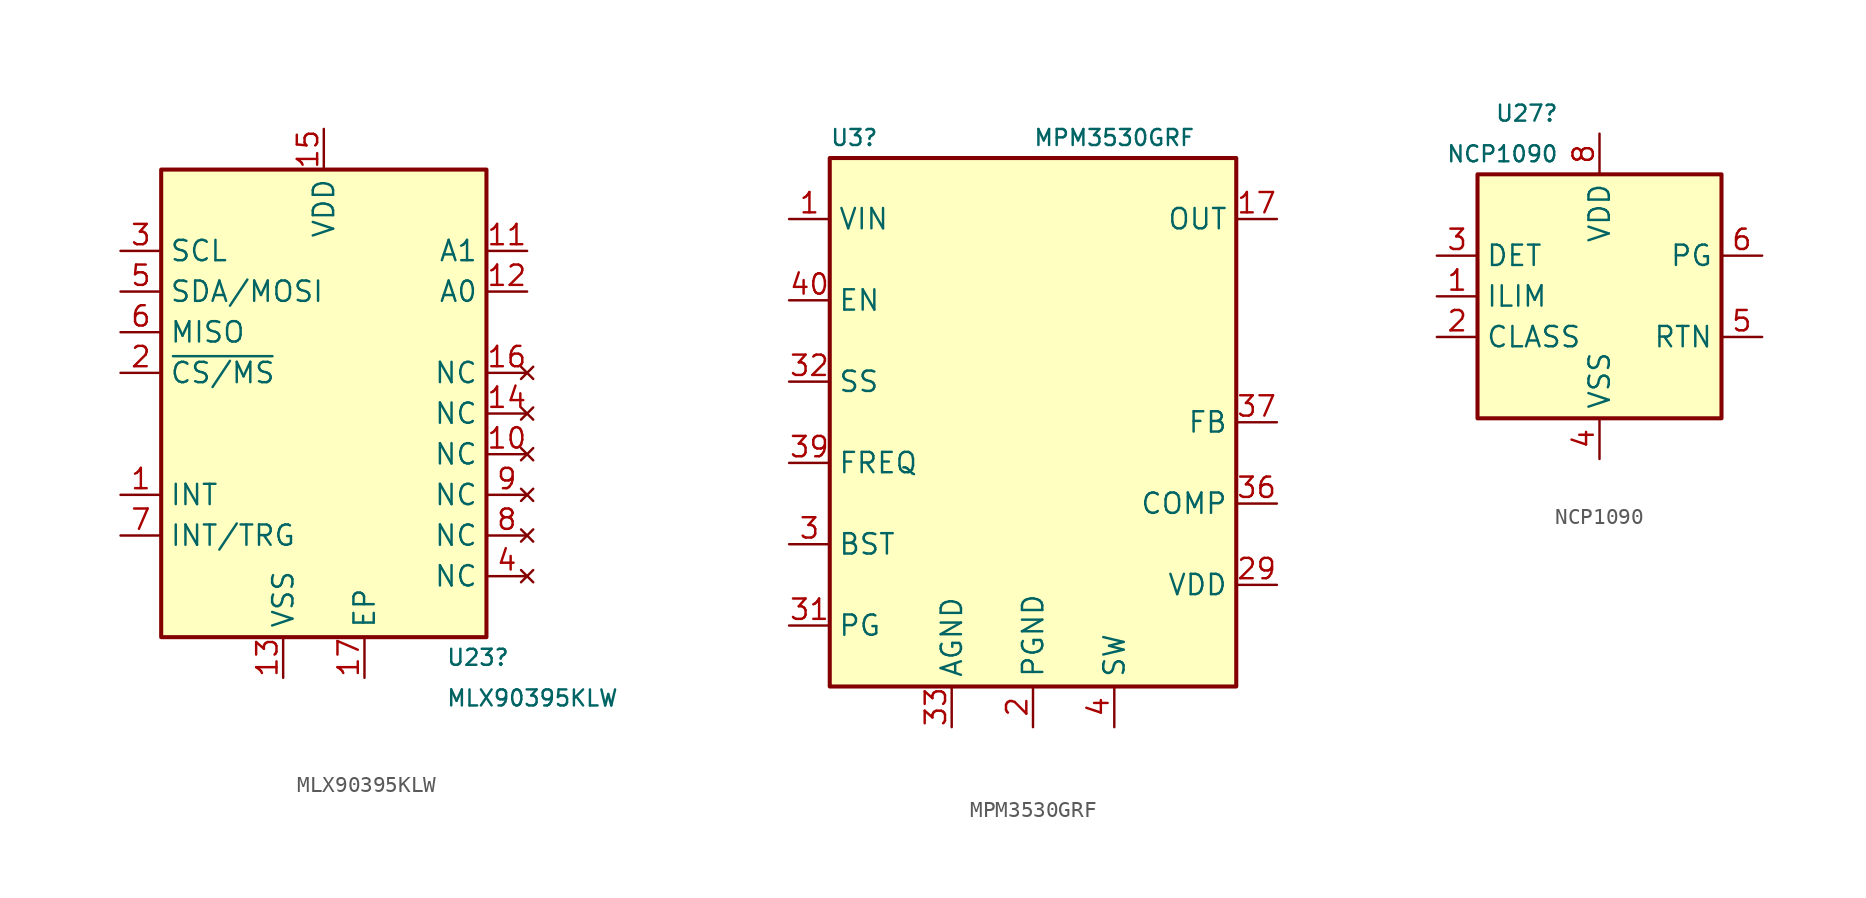
<source format=kicad_sym>
(kicad_symbol_lib
  (version 20231120)
  (generator "kicad_symbol_editor")
  (generator_version "8.0")
  (symbol "MLX90395KLW"
    (property "Reference" "U23"
      (at 7.62 -17.78 0)
      (effects (font (size 1 1)) (justify left)))
    (property "Value" "MLX90395KLW"
      (at 7.62 -20.32 0)
      (effects (font (size 1 1)) (justify left)))
    (symbol "MLX90395KLW_0_1"
      (rectangle (start -10.16 12.7) (end 10.16 -16.51) (stroke (width 0.254) (type default)) (fill (type background))))
    (symbol "MLX90395KLW_1_1"
      (pin output line (at -12.7 -7.62 0) (length 2.54) (name "INT" (effects (font (size 1.27 1.27)))) (number "1" (effects (font (size 1.27 1.27)))))
      (pin no_connect line (at 12.7 -5.08 180) (length 2.54) (name "NC" (effects (font (size 1.27 1.27)))) (number "10" (effects (font (size 1.27 1.27)))))
      (pin passive line (at 12.7 7.62 180) (length 2.54) (name "A1" (effects (font (size 1.27 1.27)))) (number "11" (effects (font (size 1.27 1.27)))))
      (pin passive line (at 12.7 5.08 180) (length 2.54) (name "A0" (effects (font (size 1.27 1.27)))) (number "12" (effects (font (size 1.27 1.27)))))
      (pin passive line (at -2.54 -19.05 90) (length 2.54) (name "VSS" (effects (font (size 1.27 1.27)))) (number "13" (effects (font (size 1.27 1.27)))))
      (pin no_connect line (at 12.7 -2.54 180) (length 2.54) (name "NC" (effects (font (size 1.27 1.27)))) (number "14" (effects (font (size 1.27 1.27)))))
      (pin power_in line (at 0 15.24 270) (length 2.54) (name "VDD" (effects (font (size 1.27 1.27)))) (number "15" (effects (font (size 1.27 1.27)))))
      (pin no_connect line (at 12.7 0 180) (length 2.54) (name "NC" (effects (font (size 1.27 1.27)))) (number "16" (effects (font (size 1.27 1.27)))))
      (pin passive line (at 2.54 -19.05 90) (length 2.54) (name "EP" (effects (font (size 1.27 1.27)))) (number "17" (effects (font (size 1.27 1.27)))))
      (pin input line (at -12.7 0 0) (length 2.54) (name "~{CS/MS}" (effects (font (size 1.27 1.27)))) (number "2" (effects (font (size 1.27 1.27)))))
      (pin input line (at -12.7 7.62 0) (length 2.54) (name "SCL" (effects (font (size 1.27 1.27)))) (number "3" (effects (font (size 1.27 1.27)))))
      (pin no_connect line (at 12.7 -12.7 180) (length 2.54) (name "NC" (effects (font (size 1.27 1.27)))) (number "4" (effects (font (size 1.27 1.27)))))
      (pin input line (at -12.7 5.08 0) (length 2.54) (name "SDA/MOSI" (effects (font (size 1.27 1.27)))) (number "5" (effects (font (size 1.27 1.27)))))
      (pin output line (at -12.7 2.54 0) (length 2.54) (name "MISO" (effects (font (size 1.27 1.27)))) (number "6" (effects (font (size 1.27 1.27)))))
      (pin bidirectional line (at -12.7 -10.16 0) (length 2.54) (name "INT/TRG" (effects (font (size 1.27 1.27)))) (number "7" (effects (font (size 1.27 1.27)))))
      (pin no_connect line (at 12.7 -10.16 180) (length 2.54) (name "NC" (effects (font (size 1.27 1.27)))) (number "8" (effects (font (size 1.27 1.27)))))
      (pin no_connect line (at 12.7 -7.62 180) (length 2.54) (name "NC" (effects (font (size 1.27 1.27)))) (number "9" (effects (font (size 1.27 1.27)))))))
  (symbol "MPM3530GRF"
    (property "Reference" "U3"
      (at -12.7 17.78 0)
      (effects (font (size 1 1)) (justify left)))
    (property "Value" "MPM3530GRF"
      (at 0 17.78 0)
      (effects (font (size 1 1)) (justify left)))
    (symbol "MPM3530GRF_0_1"
      (rectangle (start -12.7 16.51) (end 12.7 -16.51) (stroke (width 0.254) (type default)) (fill (type background))))
    (symbol "MPM3530GRF_1_1"
      (pin power_in line (at -15.24 12.7 0) (length 2.54) (name "VIN" (effects (font (size 1.27 1.27)))) (number "1" (effects (font (size 1.27 1.27)))))
      (pin passive line (at 5.08 -19.05 90) (length 2.54) hide (name "SW" (effects (font (size 1.27 1.27)))) (number "10" (effects (font (size 1.27 1.27)))))
      (pin passive line (at 5.08 -19.05 90) (length 2.54) hide (name "SW" (effects (font (size 1.27 1.27)))) (number "11" (effects (font (size 1.27 1.27)))))
      (pin passive line (at 0 -19.05 90) (length 2.54) hide (name "PGND" (effects (font (size 1.27 1.27)))) (number "12" (effects (font (size 1.27 1.27)))))
      (pin passive line (at 0 -19.05 90) (length 2.54) hide (name "PGND" (effects (font (size 1.27 1.27)))) (number "13" (effects (font (size 1.27 1.27)))))
      (pin passive line (at 0 -19.05 90) (length 2.54) hide (name "PGND" (effects (font (size 1.27 1.27)))) (number "14" (effects (font (size 1.27 1.27)))))
      (pin passive line (at 0 -19.05 90) (length 2.54) hide (name "PGND" (effects (font (size 1.27 1.27)))) (number "15" (effects (font (size 1.27 1.27)))))
      (pin passive line (at 0 -19.05 90) (length 2.54) hide (name "PGND" (effects (font (size 1.27 1.27)))) (number "16" (effects (font (size 1.27 1.27)))))
      (pin power_out line (at 15.24 12.7 180) (length 2.54) (name "OUT" (effects (font (size 1.27 1.27)))) (number "17" (effects (font (size 1.27 1.27)))))
      (pin passive line (at 15.24 12.7 180) (length 2.54) hide (name "OUT" (effects (font (size 1.27 1.27)))) (number "18" (effects (font (size 1.27 1.27)))))
      (pin passive line (at 15.24 12.7 180) (length 2.54) hide (name "OUT" (effects (font (size 1.27 1.27)))) (number "19" (effects (font (size 1.27 1.27)))))
      (pin power_in line (at 0 -19.05 90) (length 2.54) (name "PGND" (effects (font (size 1.27 1.27)))) (number "2" (effects (font (size 1.27 1.27)))))
      (pin passive line (at 15.24 12.7 180) (length 2.54) hide (name "OUT" (effects (font (size 1.27 1.27)))) (number "20" (effects (font (size 1.27 1.27)))))
      (pin passive line (at 15.24 12.7 180) (length 2.54) hide (name "OUT" (effects (font (size 1.27 1.27)))) (number "21" (effects (font (size 1.27 1.27)))))
      (pin passive line (at 15.24 12.7 180) (length 2.54) hide (name "OUT" (effects (font (size 1.27 1.27)))) (number "22" (effects (font (size 1.27 1.27)))))
      (pin passive line (at 15.24 12.7 180) (length 2.54) hide (name "OUT" (effects (font (size 1.27 1.27)))) (number "23" (effects (font (size 1.27 1.27)))))
      (pin passive line (at 15.24 12.7 180) (length 2.54) hide (name "OUT" (effects (font (size 1.27 1.27)))) (number "24" (effects (font (size 1.27 1.27)))))
      (pin passive line (at 15.24 12.7 180) (length 2.54) hide (name "OUT" (effects (font (size 1.27 1.27)))) (number "25" (effects (font (size 1.27 1.27)))))
      (pin passive line (at 15.24 12.7 180) (length 2.54) hide (name "OUT" (effects (font (size 1.27 1.27)))) (number "26" (effects (font (size 1.27 1.27)))))
      (pin passive line (at 15.24 12.7 180) (length 2.54) hide (name "OUT" (effects (font (size 1.27 1.27)))) (number "27" (effects (font (size 1.27 1.27)))))
      (pin passive line (at 15.24 12.7 180) (length 2.54) hide (name "OUT" (effects (font (size 1.27 1.27)))) (number "28" (effects (font (size 1.27 1.27)))))
      (pin power_in line (at 15.24 -10.16 180) (length 2.54) (name "VDD" (effects (font (size 1.27 1.27)))) (number "29" (effects (font (size 1.27 1.27)))))
      (pin input line (at -15.24 -7.62 0) (length 2.54) (name "BST" (effects (font (size 1.27 1.27)))) (number "3" (effects (font (size 1.27 1.27)))))
      (pin passive line (at 0 -19.05 90) (length 2.54) hide (name "PGND" (effects (font (size 1.27 1.27)))) (number "30" (effects (font (size 1.27 1.27)))))
      (pin power_out line (at -15.24 -12.7 0) (length 2.54) (name "PG" (effects (font (size 1.27 1.27)))) (number "31" (effects (font (size 1.27 1.27)))))
      (pin input line (at -15.24 2.54 0) (length 2.54) (name "SS" (effects (font (size 1.27 1.27)))) (number "32" (effects (font (size 1.27 1.27)))))
      (pin power_in line (at -5.08 -19.05 90) (length 2.54) (name "AGND" (effects (font (size 1.27 1.27)))) (number "33" (effects (font (size 1.27 1.27)))))
      (pin passive line (at -5.08 -19.05 90) (length 2.54) hide (name "AGND" (effects (font (size 1.27 1.27)))) (number "34" (effects (font (size 1.27 1.27)))))
      (pin passive line (at -5.08 -19.05 90) (length 2.54) hide (name "AGND" (effects (font (size 1.27 1.27)))) (number "35" (effects (font (size 1.27 1.27)))))
      (pin input line (at 15.24 -5.08 180) (length 2.54) (name "COMP" (effects (font (size 1.27 1.27)))) (number "36" (effects (font (size 1.27 1.27)))))
      (pin input line (at 15.24 0 180) (length 2.54) (name "FB" (effects (font (size 1.27 1.27)))) (number "37" (effects (font (size 1.27 1.27)))))
      (pin passive line (at 0 -19.05 90) (length 2.54) hide (name "PGND" (effects (font (size 1.27 1.27)))) (number "38" (effects (font (size 1.27 1.27)))))
      (pin output line (at -15.24 -2.54 0) (length 2.54) (name "FREQ" (effects (font (size 1.27 1.27)))) (number "39" (effects (font (size 1.27 1.27)))))
      (pin output line (at 5.08 -19.05 90) (length 2.54) (name "SW" (effects (font (size 1.27 1.27)))) (number "4" (effects (font (size 1.27 1.27)))))
      (pin input line (at -15.24 7.62 0) (length 2.54) (name "EN" (effects (font (size 1.27 1.27)))) (number "40" (effects (font (size 1.27 1.27)))))
      (pin passive line (at 0 -19.05 90) (length 2.54) hide (name "PGND" (effects (font (size 1.27 1.27)))) (number "41" (effects (font (size 1.27 1.27)))))
      (pin power_in line (at -15.24 12.7 0) (length 2.54) hide (name "VIN" (effects (font (size 1.27 1.27)))) (number "42" (effects (font (size 1.27 1.27)))))
      (pin power_in line (at -15.24 12.7 0) (length 2.54) hide (name "VIN" (effects (font (size 1.27 1.27)))) (number "43" (effects (font (size 1.27 1.27)))))
      (pin power_in line (at -15.24 12.7 0) (length 2.54) hide (name "VIN" (effects (font (size 1.27 1.27)))) (number "44" (effects (font (size 1.27 1.27)))))
      (pin passive line (at 0 -19.05 90) (length 2.54) hide (name "PGND" (effects (font (size 1.27 1.27)))) (number "45" (effects (font (size 1.27 1.27)))))
      (pin passive line (at 0 -19.05 90) (length 2.54) hide (name "PGND" (effects (font (size 1.27 1.27)))) (number "46" (effects (font (size 1.27 1.27)))))
      (pin passive line (at 15.24 12.7 180) (length 2.54) hide (name "OUT" (effects (font (size 1.27 1.27)))) (number "47" (effects (font (size 1.27 1.27)))))
      (pin passive line (at 5.08 -19.05 90) (length 2.54) hide (name "SW" (effects (font (size 1.27 1.27)))) (number "5" (effects (font (size 1.27 1.27)))))
      (pin passive line (at 5.08 -19.05 90) (length 2.54) hide (name "SW" (effects (font (size 1.27 1.27)))) (number "6" (effects (font (size 1.27 1.27)))))
      (pin passive line (at 5.08 -19.05 90) (length 2.54) hide (name "SW" (effects (font (size 1.27 1.27)))) (number "7" (effects (font (size 1.27 1.27)))))
      (pin passive line (at 5.08 -19.05 90) (length 2.54) hide (name "SW" (effects (font (size 1.27 1.27)))) (number "8" (effects (font (size 1.27 1.27)))))
      (pin passive line (at 5.08 -19.05 90) (length 2.54) hide (name "SW" (effects (font (size 1.27 1.27)))) (number "9" (effects (font (size 1.27 1.27)))))))
  (symbol "NCP1090"
    (property "Reference" "U27"
      (at -2.54 11.43 0)
      (effects (font (size 1 1)) (justify right)))
    (property "Value" "NCP1090"
      (at -2.54 8.89 0)
      (effects (font (size 1 1)) (justify right)))
    (symbol "NCP1090_0_1"
      (rectangle (start -7.62 7.62) (end 7.62 -7.62) (stroke (width 0.254) (type default)) (fill (type background))))
    (symbol "NCP1090_1_1"
      (pin passive line (at -10.16 0 0) (length 2.54) (name "ILIM" (effects (font (size 1.27 1.27)))) (number "1" (effects (font (size 1.27 1.27)))))
      (pin passive line (at -10.16 -2.54 0) (length 2.54) (name "CLASS" (effects (font (size 1.27 1.27)))) (number "2" (effects (font (size 1.27 1.27)))))
      (pin passive line (at -10.16 2.54 0) (length 2.54) (name "DET" (effects (font (size 1.27 1.27)))) (number "3" (effects (font (size 1.27 1.27)))))
      (pin power_in line (at 0 -10.16 90) (length 2.54) (name "VSS" (effects (font (size 1.27 1.27)))) (number "4" (effects (font (size 1.27 1.27)))))
      (pin power_out line (at 10.16 -2.54 180) (length 2.54) (name "RTN" (effects (font (size 1.27 1.27)))) (number "5" (effects (font (size 1.27 1.27)))))
      (pin open_collector line (at 10.16 2.54 180) (length 2.54) (name "PG" (effects (font (size 1.27 1.27)))) (number "6" (effects (font (size 1.27 1.27)))))
      (pin no_connect line (at 7.62 0 180) (length 2.54) hide (name "NC" (effects (font (size 1.27 1.27)))) (number "7" (effects (font (size 1.27 1.27)))))
      (pin power_in line (at 0 10.16 270) (length 2.54) (name "VDD" (effects (font (size 1.27 1.27)))) (number "8" (effects (font (size 1.27 1.27))))))))
</source>
